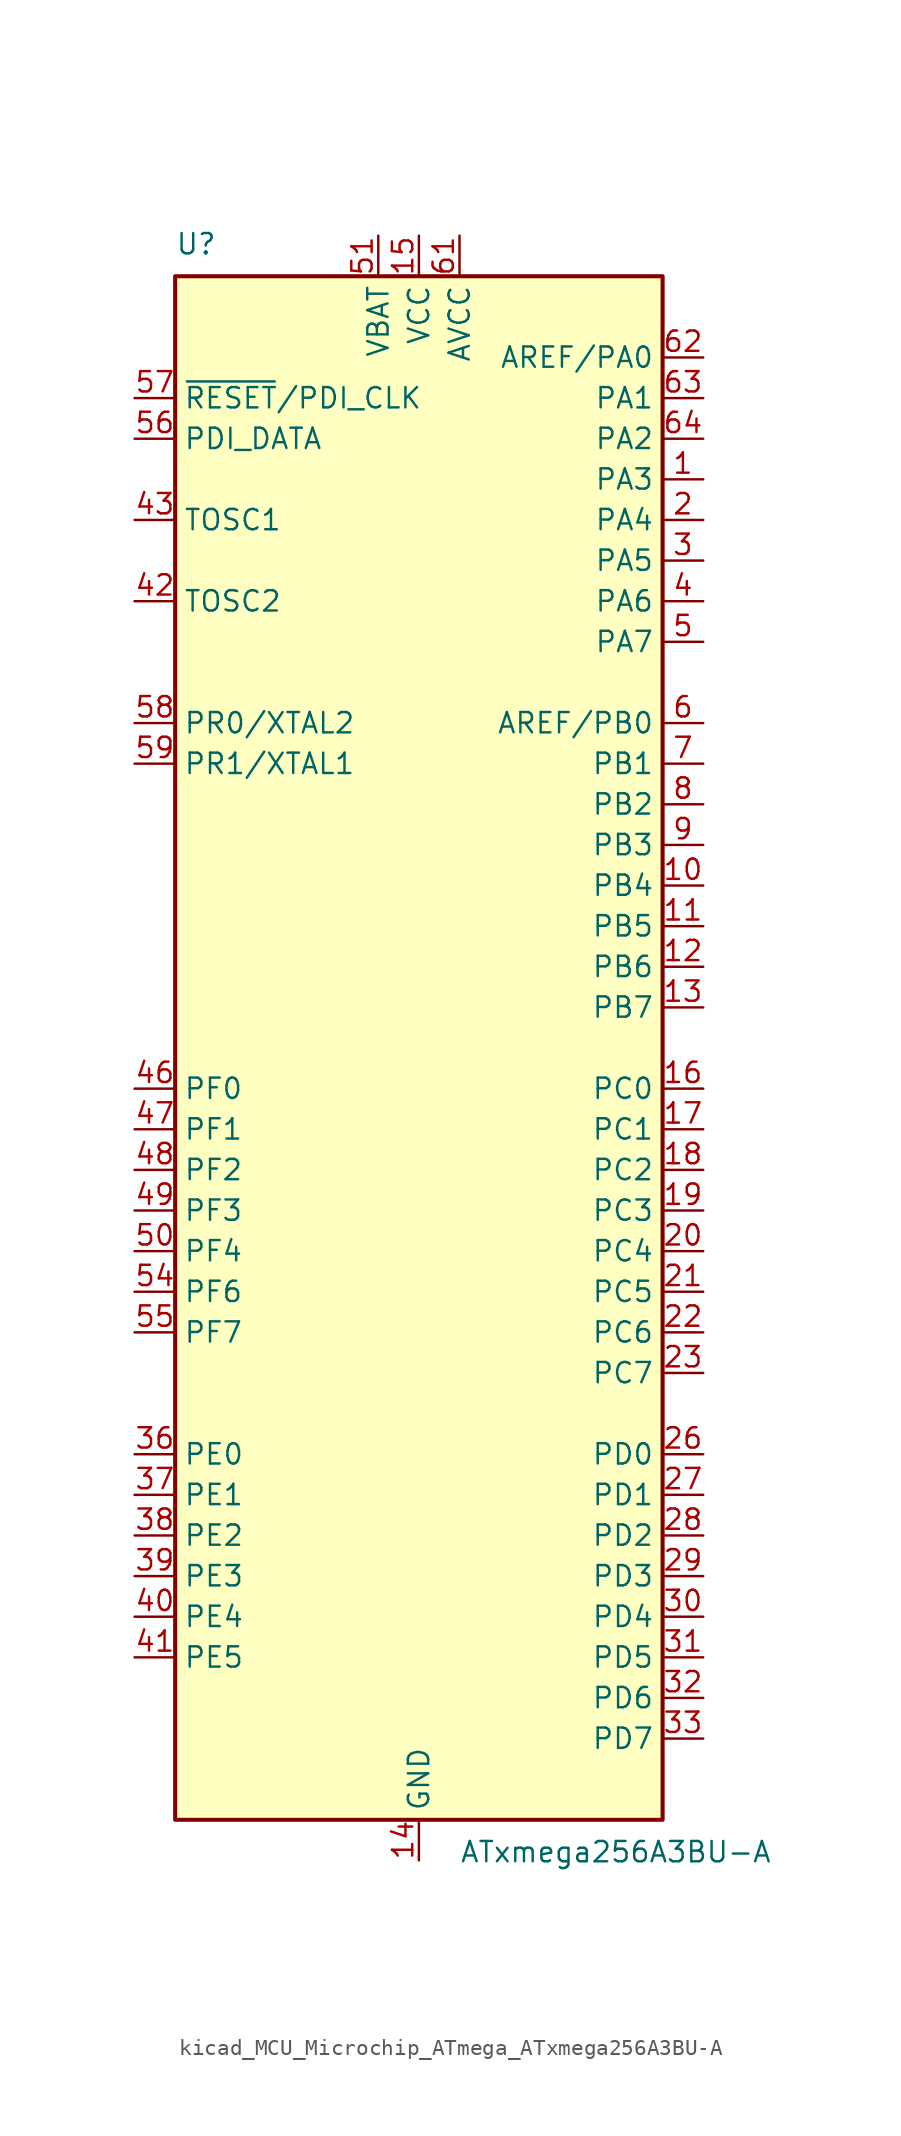
<source format=kicad_sym>
(kicad_symbol_lib
  (version 20220914)
  (generator kicad_symbol_editor)
  (symbol "kicad_MCU_Microchip_ATmega_ATxmega256A3BU-A"
    (property "Reference" "U"
      (at -15.24 49.53 0)
      (effects (font (size 1.27 1.27)) (justify left bottom)))
    (property "Value" "ATxmega256A3BU-A"
      (at 2.54 -49.53 0)
      (effects (font (size 1.27 1.27)) (justify left top)))
    (symbol "kicad_MCU_Microchip_ATmega_ATxmega256A3BU-A_0_1"
      (rectangle (start -15.24 -48.26) (end 15.24 48.26) (stroke (width 0.254) (type default)) (fill (type background))))
    (symbol "kicad_MCU_Microchip_ATmega_ATxmega256A3BU-A_1_1"
      (pin bidirectional line (at 17.78 35.56 180) (length 2.54) (name "PA3" (effects (font (size 1.27 1.27)))) (number "1" (effects (font (size 1.27 1.27)))))
      (pin bidirectional line (at 17.78 10.16 180) (length 2.54) (name "PB4" (effects (font (size 1.27 1.27)))) (number "10" (effects (font (size 1.27 1.27)))))
      (pin bidirectional line (at 17.78 7.62 180) (length 2.54) (name "PB5" (effects (font (size 1.27 1.27)))) (number "11" (effects (font (size 1.27 1.27)))))
      (pin bidirectional line (at 17.78 5.08 180) (length 2.54) (name "PB6" (effects (font (size 1.27 1.27)))) (number "12" (effects (font (size 1.27 1.27)))))
      (pin bidirectional line (at 17.78 2.54 180) (length 2.54) (name "PB7" (effects (font (size 1.27 1.27)))) (number "13" (effects (font (size 1.27 1.27)))))
      (pin power_in line (at 0 -50.8 90) (length 2.54) (name "GND" (effects (font (size 1.27 1.27)))) (number "14" (effects (font (size 1.27 1.27)))))
      (pin power_in line (at 0 50.8 270) (length 2.54) (name "VCC" (effects (font (size 1.27 1.27)))) (number "15" (effects (font (size 1.27 1.27)))))
      (pin bidirectional line (at 17.78 -2.54 180) (length 2.54) (name "PC0" (effects (font (size 1.27 1.27)))) (number "16" (effects (font (size 1.27 1.27)))))
      (pin bidirectional line (at 17.78 -5.08 180) (length 2.54) (name "PC1" (effects (font (size 1.27 1.27)))) (number "17" (effects (font (size 1.27 1.27)))))
      (pin bidirectional line (at 17.78 -7.62 180) (length 2.54) (name "PC2" (effects (font (size 1.27 1.27)))) (number "18" (effects (font (size 1.27 1.27)))))
      (pin bidirectional line (at 17.78 -10.16 180) (length 2.54) (name "PC3" (effects (font (size 1.27 1.27)))) (number "19" (effects (font (size 1.27 1.27)))))
      (pin bidirectional line (at 17.78 33.02 180) (length 2.54) (name "PA4" (effects (font (size 1.27 1.27)))) (number "2" (effects (font (size 1.27 1.27)))))
      (pin bidirectional line (at 17.78 -12.7 180) (length 2.54) (name "PC4" (effects (font (size 1.27 1.27)))) (number "20" (effects (font (size 1.27 1.27)))))
      (pin bidirectional line (at 17.78 -15.24 180) (length 2.54) (name "PC5" (effects (font (size 1.27 1.27)))) (number "21" (effects (font (size 1.27 1.27)))))
      (pin bidirectional line (at 17.78 -17.78 180) (length 2.54) (name "PC6" (effects (font (size 1.27 1.27)))) (number "22" (effects (font (size 1.27 1.27)))))
      (pin bidirectional line (at 17.78 -20.32 180) (length 2.54) (name "PC7" (effects (font (size 1.27 1.27)))) (number "23" (effects (font (size 1.27 1.27)))))
      (pin passive line (at 0 -50.8 90) (length 2.54) hide (name "GND" (effects (font (size 1.27 1.27)))) (number "24" (effects (font (size 1.27 1.27)))))
      (pin passive line (at 0 50.8 270) (length 2.54) hide (name "VCC" (effects (font (size 1.27 1.27)))) (number "25" (effects (font (size 1.27 1.27)))))
      (pin bidirectional line (at 17.78 -25.4 180) (length 2.54) (name "PD0" (effects (font (size 1.27 1.27)))) (number "26" (effects (font (size 1.27 1.27)))))
      (pin bidirectional line (at 17.78 -27.94 180) (length 2.54) (name "PD1" (effects (font (size 1.27 1.27)))) (number "27" (effects (font (size 1.27 1.27)))))
      (pin bidirectional line (at 17.78 -30.48 180) (length 2.54) (name "PD2" (effects (font (size 1.27 1.27)))) (number "28" (effects (font (size 1.27 1.27)))))
      (pin bidirectional line (at 17.78 -33.02 180) (length 2.54) (name "PD3" (effects (font (size 1.27 1.27)))) (number "29" (effects (font (size 1.27 1.27)))))
      (pin bidirectional line (at 17.78 30.48 180) (length 2.54) (name "PA5" (effects (font (size 1.27 1.27)))) (number "3" (effects (font (size 1.27 1.27)))))
      (pin bidirectional line (at 17.78 -35.56 180) (length 2.54) (name "PD4" (effects (font (size 1.27 1.27)))) (number "30" (effects (font (size 1.27 1.27)))))
      (pin bidirectional line (at 17.78 -38.1 180) (length 2.54) (name "PD5" (effects (font (size 1.27 1.27)))) (number "31" (effects (font (size 1.27 1.27)))))
      (pin bidirectional line (at 17.78 -40.64 180) (length 2.54) (name "PD6" (effects (font (size 1.27 1.27)))) (number "32" (effects (font (size 1.27 1.27)))))
      (pin bidirectional line (at 17.78 -43.18 180) (length 2.54) (name "PD7" (effects (font (size 1.27 1.27)))) (number "33" (effects (font (size 1.27 1.27)))))
      (pin passive line (at 0 -50.8 90) (length 2.54) hide (name "GND" (effects (font (size 1.27 1.27)))) (number "34" (effects (font (size 1.27 1.27)))))
      (pin passive line (at 0 50.8 270) (length 2.54) hide (name "VCC" (effects (font (size 1.27 1.27)))) (number "35" (effects (font (size 1.27 1.27)))))
      (pin bidirectional line (at -17.78 -25.4 0) (length 2.54) (name "PE0" (effects (font (size 1.27 1.27)))) (number "36" (effects (font (size 1.27 1.27)))))
      (pin bidirectional line (at -17.78 -27.94 0) (length 2.54) (name "PE1" (effects (font (size 1.27 1.27)))) (number "37" (effects (font (size 1.27 1.27)))))
      (pin bidirectional line (at -17.78 -30.48 0) (length 2.54) (name "PE2" (effects (font (size 1.27 1.27)))) (number "38" (effects (font (size 1.27 1.27)))))
      (pin bidirectional line (at -17.78 -33.02 0) (length 2.54) (name "PE3" (effects (font (size 1.27 1.27)))) (number "39" (effects (font (size 1.27 1.27)))))
      (pin bidirectional line (at 17.78 27.94 180) (length 2.54) (name "PA6" (effects (font (size 1.27 1.27)))) (number "4" (effects (font (size 1.27 1.27)))))
      (pin bidirectional line (at -17.78 -35.56 0) (length 2.54) (name "PE4" (effects (font (size 1.27 1.27)))) (number "40" (effects (font (size 1.27 1.27)))))
      (pin bidirectional line (at -17.78 -38.1 0) (length 2.54) (name "PE5" (effects (font (size 1.27 1.27)))) (number "41" (effects (font (size 1.27 1.27)))))
      (pin passive line (at -17.78 27.94 0) (length 2.54) (name "TOSC2" (effects (font (size 1.27 1.27)))) (number "42" (effects (font (size 1.27 1.27)))))
      (pin input line (at -17.78 33.02 0) (length 2.54) (name "TOSC1" (effects (font (size 1.27 1.27)))) (number "43" (effects (font (size 1.27 1.27)))))
      (pin passive line (at 0 -50.8 90) (length 2.54) hide (name "GND" (effects (font (size 1.27 1.27)))) (number "44" (effects (font (size 1.27 1.27)))))
      (pin passive line (at 0 50.8 270) (length 2.54) hide (name "VCC" (effects (font (size 1.27 1.27)))) (number "45" (effects (font (size 1.27 1.27)))))
      (pin bidirectional line (at -17.78 -2.54 0) (length 2.54) (name "PF0" (effects (font (size 1.27 1.27)))) (number "46" (effects (font (size 1.27 1.27)))))
      (pin bidirectional line (at -17.78 -5.08 0) (length 2.54) (name "PF1" (effects (font (size 1.27 1.27)))) (number "47" (effects (font (size 1.27 1.27)))))
      (pin bidirectional line (at -17.78 -7.62 0) (length 2.54) (name "PF2" (effects (font (size 1.27 1.27)))) (number "48" (effects (font (size 1.27 1.27)))))
      (pin bidirectional line (at -17.78 -10.16 0) (length 2.54) (name "PF3" (effects (font (size 1.27 1.27)))) (number "49" (effects (font (size 1.27 1.27)))))
      (pin bidirectional line (at 17.78 25.4 180) (length 2.54) (name "PA7" (effects (font (size 1.27 1.27)))) (number "5" (effects (font (size 1.27 1.27)))))
      (pin bidirectional line (at -17.78 -12.7 0) (length 2.54) (name "PF4" (effects (font (size 1.27 1.27)))) (number "50" (effects (font (size 1.27 1.27)))))
      (pin power_in line (at -2.54 50.8 270) (length 2.54) (name "VBAT" (effects (font (size 1.27 1.27)))) (number "51" (effects (font (size 1.27 1.27)))))
      (pin passive line (at 0 -50.8 90) (length 2.54) hide (name "GND" (effects (font (size 1.27 1.27)))) (number "52" (effects (font (size 1.27 1.27)))))
      (pin passive line (at 0 50.8 270) (length 2.54) hide (name "VCC" (effects (font (size 1.27 1.27)))) (number "53" (effects (font (size 1.27 1.27)))))
      (pin bidirectional line (at -17.78 -15.24 0) (length 2.54) (name "PF6" (effects (font (size 1.27 1.27)))) (number "54" (effects (font (size 1.27 1.27)))))
      (pin bidirectional line (at -17.78 -17.78 0) (length 2.54) (name "PF7" (effects (font (size 1.27 1.27)))) (number "55" (effects (font (size 1.27 1.27)))))
      (pin bidirectional line (at -17.78 38.1 0) (length 2.54) (name "PDI_DATA" (effects (font (size 1.27 1.27)))) (number "56" (effects (font (size 1.27 1.27)))))
      (pin input line (at -17.78 40.64 0) (length 2.54) (name "~{RESET}/PDI_CLK" (effects (font (size 1.27 1.27)))) (number "57" (effects (font (size 1.27 1.27)))))
      (pin bidirectional line (at -17.78 20.32 0) (length 2.54) (name "PR0/XTAL2" (effects (font (size 1.27 1.27)))) (number "58" (effects (font (size 1.27 1.27)))))
      (pin bidirectional line (at -17.78 17.78 0) (length 2.54) (name "PR1/XTAL1" (effects (font (size 1.27 1.27)))) (number "59" (effects (font (size 1.27 1.27)))))
      (pin bidirectional line (at 17.78 20.32 180) (length 2.54) (name "AREF/PB0" (effects (font (size 1.27 1.27)))) (number "6" (effects (font (size 1.27 1.27)))))
      (pin passive line (at 0 -50.8 90) (length 2.54) hide (name "GND" (effects (font (size 1.27 1.27)))) (number "60" (effects (font (size 1.27 1.27)))))
      (pin power_in line (at 2.54 50.8 270) (length 2.54) (name "AVCC" (effects (font (size 1.27 1.27)))) (number "61" (effects (font (size 1.27 1.27)))))
      (pin bidirectional line (at 17.78 43.18 180) (length 2.54) (name "AREF/PA0" (effects (font (size 1.27 1.27)))) (number "62" (effects (font (size 1.27 1.27)))))
      (pin bidirectional line (at 17.78 40.64 180) (length 2.54) (name "PA1" (effects (font (size 1.27 1.27)))) (number "63" (effects (font (size 1.27 1.27)))))
      (pin bidirectional line (at 17.78 38.1 180) (length 2.54) (name "PA2" (effects (font (size 1.27 1.27)))) (number "64" (effects (font (size 1.27 1.27)))))
      (pin bidirectional line (at 17.78 17.78 180) (length 2.54) (name "PB1" (effects (font (size 1.27 1.27)))) (number "7" (effects (font (size 1.27 1.27)))))
      (pin bidirectional line (at 17.78 15.24 180) (length 2.54) (name "PB2" (effects (font (size 1.27 1.27)))) (number "8" (effects (font (size 1.27 1.27)))))
      (pin bidirectional line (at 17.78 12.7 180) (length 2.54) (name "PB3" (effects (font (size 1.27 1.27)))) (number "9" (effects (font (size 1.27 1.27))))))))
</source>
